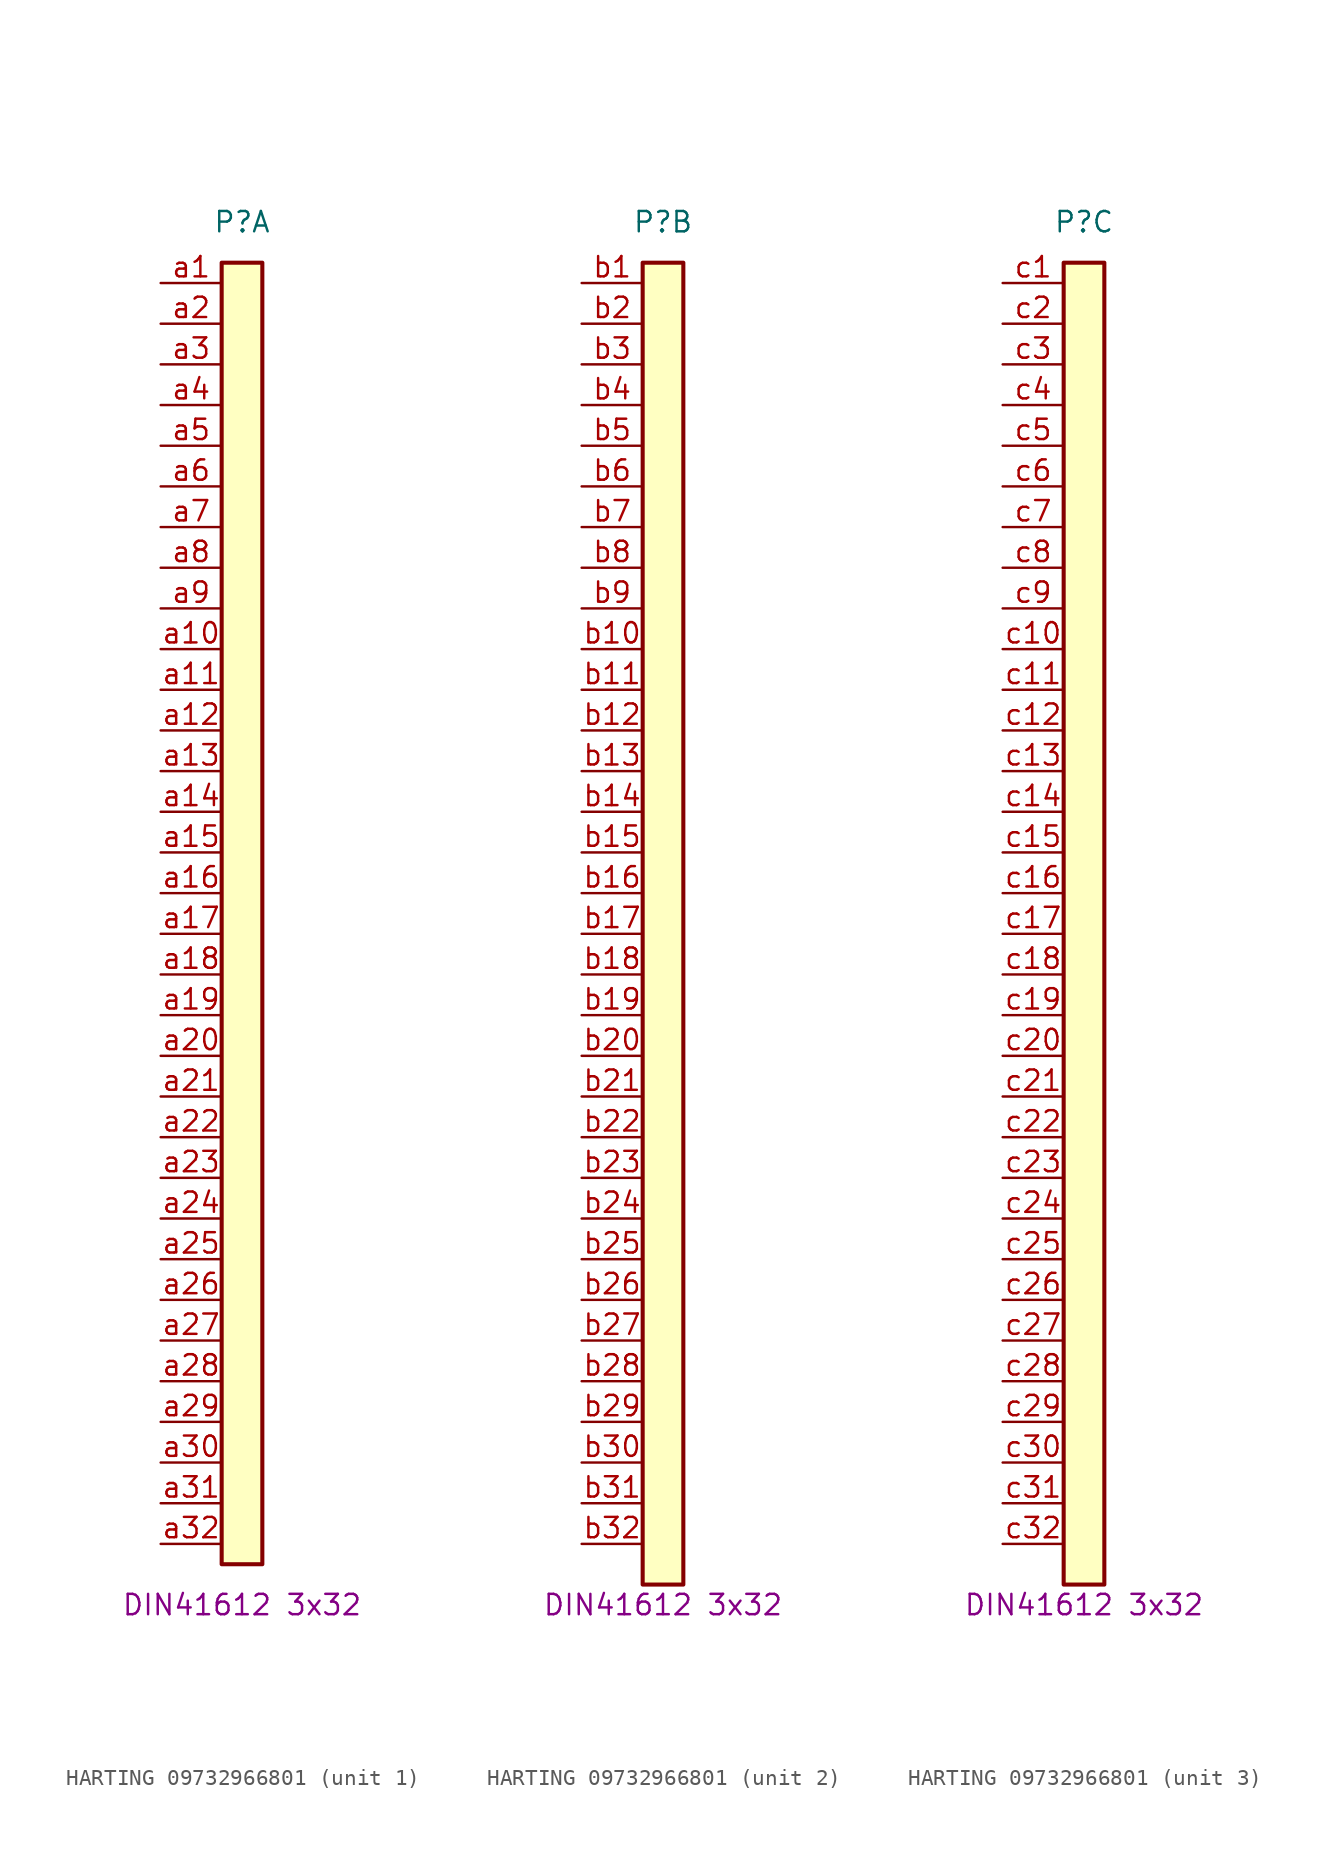
<source format=kicad_sym>
(kicad_symbol_lib
  (version 20211014)
  (generator kicad_symbol_editor)
  (symbol "HARTING 09732966801"
    (pin_names
      (offset 1.016) hide)
    (property "Reference" "P"
      (at 0 41.91 0)
      (effects (font (size 1.27 1.27))))
    (property "Comment" "DIN41612 3x32"
      (at 0 -44.45 0)
      (effects (font (size 1.27 1.27))))
    (property "ki_locked" ""
      (at 0 0 0)
      (effects (font (size 1.27 1.27))))
    (symbol "HARTING 09732966801_1_1"
      (rectangle (start -1.27 39.37) (end 1.27 -41.91) (stroke (width 0.254) (type default) (color 0 0 0 0)) (fill (type background)))
      (pin passive line (at -5.08 38.1 0) (length 3.81) (name "Pin_a1" (effects (font (size 1.27 1.27)))) (number "a1" (effects (font (size 1.27 1.27)))))
      (pin passive line (at -5.08 15.24 0) (length 3.81) (name "Pin_a10" (effects (font (size 1.27 1.27)))) (number "a10" (effects (font (size 1.27 1.27)))))
      (pin passive line (at -5.08 12.7 0) (length 3.81) (name "Pin_a11" (effects (font (size 1.27 1.27)))) (number "a11" (effects (font (size 1.27 1.27)))))
      (pin passive line (at -5.08 10.16 0) (length 3.81) (name "Pin_a12" (effects (font (size 1.27 1.27)))) (number "a12" (effects (font (size 1.27 1.27)))))
      (pin passive line (at -5.08 7.62 0) (length 3.81) (name "Pin_a13" (effects (font (size 1.27 1.27)))) (number "a13" (effects (font (size 1.27 1.27)))))
      (pin passive line (at -5.08 5.08 0) (length 3.81) (name "Pin_a14" (effects (font (size 1.27 1.27)))) (number "a14" (effects (font (size 1.27 1.27)))))
      (pin passive line (at -5.08 2.54 0) (length 3.81) (name "Pin_a15" (effects (font (size 1.27 1.27)))) (number "a15" (effects (font (size 1.27 1.27)))))
      (pin passive line (at -5.08 0 0) (length 3.81) (name "Pin_a16" (effects (font (size 1.27 1.27)))) (number "a16" (effects (font (size 1.27 1.27)))))
      (pin passive line (at -5.08 -2.54 0) (length 3.81) (name "Pin_a17" (effects (font (size 1.27 1.27)))) (number "a17" (effects (font (size 1.27 1.27)))))
      (pin passive line (at -5.08 -5.08 0) (length 3.81) (name "Pin_a18" (effects (font (size 1.27 1.27)))) (number "a18" (effects (font (size 1.27 1.27)))))
      (pin passive line (at -5.08 -7.62 0) (length 3.81) (name "Pin_a19" (effects (font (size 1.27 1.27)))) (number "a19" (effects (font (size 1.27 1.27)))))
      (pin passive line (at -5.08 35.56 0) (length 3.81) (name "Pin_a2" (effects (font (size 1.27 1.27)))) (number "a2" (effects (font (size 1.27 1.27)))))
      (pin passive line (at -5.08 -10.16 0) (length 3.81) (name "Pin_a20" (effects (font (size 1.27 1.27)))) (number "a20" (effects (font (size 1.27 1.27)))))
      (pin passive line (at -5.08 -12.7 0) (length 3.81) (name "Pin_a21" (effects (font (size 1.27 1.27)))) (number "a21" (effects (font (size 1.27 1.27)))))
      (pin passive line (at -5.08 -15.24 0) (length 3.81) (name "Pin_a22" (effects (font (size 1.27 1.27)))) (number "a22" (effects (font (size 1.27 1.27)))))
      (pin passive line (at -5.08 -17.78 0) (length 3.81) (name "Pin_a23" (effects (font (size 1.27 1.27)))) (number "a23" (effects (font (size 1.27 1.27)))))
      (pin passive line (at -5.08 -20.32 0) (length 3.81) (name "Pin_a24" (effects (font (size 1.27 1.27)))) (number "a24" (effects (font (size 1.27 1.27)))))
      (pin passive line (at -5.08 -22.86 0) (length 3.81) (name "Pin_a25" (effects (font (size 1.27 1.27)))) (number "a25" (effects (font (size 1.27 1.27)))))
      (pin passive line (at -5.08 -25.4 0) (length 3.81) (name "Pin_a26" (effects (font (size 1.27 1.27)))) (number "a26" (effects (font (size 1.27 1.27)))))
      (pin passive line (at -5.08 -27.94 0) (length 3.81) (name "Pin_a27" (effects (font (size 1.27 1.27)))) (number "a27" (effects (font (size 1.27 1.27)))))
      (pin passive line (at -5.08 -30.48 0) (length 3.81) (name "Pin_a28" (effects (font (size 1.27 1.27)))) (number "a28" (effects (font (size 1.27 1.27)))))
      (pin passive line (at -5.08 -33.02 0) (length 3.81) (name "Pin_a29" (effects (font (size 1.27 1.27)))) (number "a29" (effects (font (size 1.27 1.27)))))
      (pin passive line (at -5.08 33.02 0) (length 3.81) (name "Pin_a3" (effects (font (size 1.27 1.27)))) (number "a3" (effects (font (size 1.27 1.27)))))
      (pin passive line (at -5.08 -35.56 0) (length 3.81) (name "Pin_a30" (effects (font (size 1.27 1.27)))) (number "a30" (effects (font (size 1.27 1.27)))))
      (pin passive line (at -5.08 -38.1 0) (length 3.81) (name "Pin_a31" (effects (font (size 1.27 1.27)))) (number "a31" (effects (font (size 1.27 1.27)))))
      (pin passive line (at -5.08 -40.64 0) (length 3.81) (name "Pin_a32" (effects (font (size 1.27 1.27)))) (number "a32" (effects (font (size 1.27 1.27)))))
      (pin passive line (at -5.08 30.48 0) (length 3.81) (name "Pin_a4" (effects (font (size 1.27 1.27)))) (number "a4" (effects (font (size 1.27 1.27)))))
      (pin passive line (at -5.08 27.94 0) (length 3.81) (name "Pin_a5" (effects (font (size 1.27 1.27)))) (number "a5" (effects (font (size 1.27 1.27)))))
      (pin passive line (at -5.08 25.4 0) (length 3.81) (name "Pin_a6" (effects (font (size 1.27 1.27)))) (number "a6" (effects (font (size 1.27 1.27)))))
      (pin passive line (at -5.08 22.86 0) (length 3.81) (name "Pin_a7" (effects (font (size 1.27 1.27)))) (number "a7" (effects (font (size 1.27 1.27)))))
      (pin passive line (at -5.08 20.32 0) (length 3.81) (name "Pin_a8" (effects (font (size 1.27 1.27)))) (number "a8" (effects (font (size 1.27 1.27)))))
      (pin passive line (at -5.08 17.78 0) (length 3.81) (name "Pin_a9" (effects (font (size 1.27 1.27)))) (number "a9" (effects (font (size 1.27 1.27))))))
    (symbol "HARTING 09732966801_2_1"
      (rectangle (start -1.27 39.37) (end 1.27 -43.18) (stroke (width 0.254) (type default) (color 0 0 0 0)) (fill (type background)))
      (pin passive line (at -5.08 38.1 0) (length 3.81) (name "b1" (effects (font (size 1.27 1.27)))) (number "b1" (effects (font (size 1.27 1.27)))))
      (pin passive line (at -5.08 15.24 0) (length 3.81) (name "b10" (effects (font (size 1.27 1.27)))) (number "b10" (effects (font (size 1.27 1.27)))))
      (pin passive line (at -5.08 12.7 0) (length 3.81) (name "b11" (effects (font (size 1.27 1.27)))) (number "b11" (effects (font (size 1.27 1.27)))))
      (pin passive line (at -5.08 10.16 0) (length 3.81) (name "b12" (effects (font (size 1.27 1.27)))) (number "b12" (effects (font (size 1.27 1.27)))))
      (pin passive line (at -5.08 7.62 0) (length 3.81) (name "b13" (effects (font (size 1.27 1.27)))) (number "b13" (effects (font (size 1.27 1.27)))))
      (pin passive line (at -5.08 5.08 0) (length 3.81) (name "b14" (effects (font (size 1.27 1.27)))) (number "b14" (effects (font (size 1.27 1.27)))))
      (pin passive line (at -5.08 2.54 0) (length 3.81) (name "b15" (effects (font (size 1.27 1.27)))) (number "b15" (effects (font (size 1.27 1.27)))))
      (pin passive line (at -5.08 0 0) (length 3.81) (name "b16" (effects (font (size 1.27 1.27)))) (number "b16" (effects (font (size 1.27 1.27)))))
      (pin passive line (at -5.08 -2.54 0) (length 3.81) (name "b17" (effects (font (size 1.27 1.27)))) (number "b17" (effects (font (size 1.27 1.27)))))
      (pin passive line (at -5.08 -5.08 0) (length 3.81) (name "b18" (effects (font (size 1.27 1.27)))) (number "b18" (effects (font (size 1.27 1.27)))))
      (pin passive line (at -5.08 -7.62 0) (length 3.81) (name "b19" (effects (font (size 1.27 1.27)))) (number "b19" (effects (font (size 1.27 1.27)))))
      (pin passive line (at -5.08 35.56 0) (length 3.81) (name "b2" (effects (font (size 1.27 1.27)))) (number "b2" (effects (font (size 1.27 1.27)))))
      (pin passive line (at -5.08 -10.16 0) (length 3.81) (name "b20" (effects (font (size 1.27 1.27)))) (number "b20" (effects (font (size 1.27 1.27)))))
      (pin passive line (at -5.08 -12.7 0) (length 3.81) (name "b21" (effects (font (size 1.27 1.27)))) (number "b21" (effects (font (size 1.27 1.27)))))
      (pin passive line (at -5.08 -15.24 0) (length 3.81) (name "b22" (effects (font (size 1.27 1.27)))) (number "b22" (effects (font (size 1.27 1.27)))))
      (pin passive line (at -5.08 -17.78 0) (length 3.81) (name "b23" (effects (font (size 1.27 1.27)))) (number "b23" (effects (font (size 1.27 1.27)))))
      (pin passive line (at -5.08 -20.32 0) (length 3.81) (name "b24" (effects (font (size 1.27 1.27)))) (number "b24" (effects (font (size 1.27 1.27)))))
      (pin passive line (at -5.08 -22.86 0) (length 3.81) (name "b25" (effects (font (size 1.27 1.27)))) (number "b25" (effects (font (size 1.27 1.27)))))
      (pin passive line (at -5.08 -25.4 0) (length 3.81) (name "b26" (effects (font (size 1.27 1.27)))) (number "b26" (effects (font (size 1.27 1.27)))))
      (pin passive line (at -5.08 -27.94 0) (length 3.81) (name "b27" (effects (font (size 1.27 1.27)))) (number "b27" (effects (font (size 1.27 1.27)))))
      (pin passive line (at -5.08 -30.48 0) (length 3.81) (name "b28" (effects (font (size 1.27 1.27)))) (number "b28" (effects (font (size 1.27 1.27)))))
      (pin passive line (at -5.08 -33.02 0) (length 3.81) (name "b29" (effects (font (size 1.27 1.27)))) (number "b29" (effects (font (size 1.27 1.27)))))
      (pin passive line (at -5.08 33.02 0) (length 3.81) (name "b3" (effects (font (size 1.27 1.27)))) (number "b3" (effects (font (size 1.27 1.27)))))
      (pin passive line (at -5.08 -35.56 0) (length 3.81) (name "b30" (effects (font (size 1.27 1.27)))) (number "b30" (effects (font (size 1.27 1.27)))))
      (pin passive line (at -5.08 -38.1 0) (length 3.81) (name "b31" (effects (font (size 1.27 1.27)))) (number "b31" (effects (font (size 1.27 1.27)))))
      (pin passive line (at -5.08 -40.64 0) (length 3.81) (name "b32" (effects (font (size 1.27 1.27)))) (number "b32" (effects (font (size 1.27 1.27)))))
      (pin passive line (at -5.08 30.48 0) (length 3.81) (name "b4" (effects (font (size 1.27 1.27)))) (number "b4" (effects (font (size 1.27 1.27)))))
      (pin passive line (at -5.08 27.94 0) (length 3.81) (name "b5" (effects (font (size 1.27 1.27)))) (number "b5" (effects (font (size 1.27 1.27)))))
      (pin passive line (at -5.08 25.4 0) (length 3.81) (name "b6" (effects (font (size 1.27 1.27)))) (number "b6" (effects (font (size 1.27 1.27)))))
      (pin passive line (at -5.08 22.86 0) (length 3.81) (name "b7" (effects (font (size 1.27 1.27)))) (number "b7" (effects (font (size 1.27 1.27)))))
      (pin passive line (at -5.08 20.32 0) (length 3.81) (name "b8" (effects (font (size 1.27 1.27)))) (number "b8" (effects (font (size 1.27 1.27)))))
      (pin passive line (at -5.08 17.78 0) (length 3.81) (name "b9" (effects (font (size 1.27 1.27)))) (number "b9" (effects (font (size 1.27 1.27))))))
    (symbol "HARTING 09732966801_3_1"
      (rectangle (start -1.27 39.37) (end 1.27 -43.18) (stroke (width 0.254) (type default) (color 0 0 0 0)) (fill (type background)))
      (pin passive line (at -5.08 38.1 0) (length 3.81) (name "c1" (effects (font (size 1.27 1.27)))) (number "c1" (effects (font (size 1.27 1.27)))))
      (pin passive line (at -5.08 15.24 0) (length 3.81) (name "c10" (effects (font (size 1.27 1.27)))) (number "c10" (effects (font (size 1.27 1.27)))))
      (pin passive line (at -5.08 12.7 0) (length 3.81) (name "c11" (effects (font (size 1.27 1.27)))) (number "c11" (effects (font (size 1.27 1.27)))))
      (pin passive line (at -5.08 10.16 0) (length 3.81) (name "c12" (effects (font (size 1.27 1.27)))) (number "c12" (effects (font (size 1.27 1.27)))))
      (pin passive line (at -5.08 7.62 0) (length 3.81) (name "c13" (effects (font (size 1.27 1.27)))) (number "c13" (effects (font (size 1.27 1.27)))))
      (pin passive line (at -5.08 5.08 0) (length 3.81) (name "c14" (effects (font (size 1.27 1.27)))) (number "c14" (effects (font (size 1.27 1.27)))))
      (pin passive line (at -5.08 2.54 0) (length 3.81) (name "c15" (effects (font (size 1.27 1.27)))) (number "c15" (effects (font (size 1.27 1.27)))))
      (pin passive line (at -5.08 0 0) (length 3.81) (name "c16" (effects (font (size 1.27 1.27)))) (number "c16" (effects (font (size 1.27 1.27)))))
      (pin passive line (at -5.08 -2.54 0) (length 3.81) (name "c17" (effects (font (size 1.27 1.27)))) (number "c17" (effects (font (size 1.27 1.27)))))
      (pin passive line (at -5.08 -5.08 0) (length 3.81) (name "c18" (effects (font (size 1.27 1.27)))) (number "c18" (effects (font (size 1.27 1.27)))))
      (pin passive line (at -5.08 -7.62 0) (length 3.81) (name "c19" (effects (font (size 1.27 1.27)))) (number "c19" (effects (font (size 1.27 1.27)))))
      (pin passive line (at -5.08 35.56 0) (length 3.81) (name "c2" (effects (font (size 1.27 1.27)))) (number "c2" (effects (font (size 1.27 1.27)))))
      (pin passive line (at -5.08 -10.16 0) (length 3.81) (name "c20" (effects (font (size 1.27 1.27)))) (number "c20" (effects (font (size 1.27 1.27)))))
      (pin passive line (at -5.08 -12.7 0) (length 3.81) (name "c21" (effects (font (size 1.27 1.27)))) (number "c21" (effects (font (size 1.27 1.27)))))
      (pin passive line (at -5.08 -15.24 0) (length 3.81) (name "c22" (effects (font (size 1.27 1.27)))) (number "c22" (effects (font (size 1.27 1.27)))))
      (pin passive line (at -5.08 -17.78 0) (length 3.81) (name "c23" (effects (font (size 1.27 1.27)))) (number "c23" (effects (font (size 1.27 1.27)))))
      (pin passive line (at -5.08 -20.32 0) (length 3.81) (name "c24" (effects (font (size 1.27 1.27)))) (number "c24" (effects (font (size 1.27 1.27)))))
      (pin passive line (at -5.08 -22.86 0) (length 3.81) (name "c25" (effects (font (size 1.27 1.27)))) (number "c25" (effects (font (size 1.27 1.27)))))
      (pin passive line (at -5.08 -25.4 0) (length 3.81) (name "c26" (effects (font (size 1.27 1.27)))) (number "c26" (effects (font (size 1.27 1.27)))))
      (pin passive line (at -5.08 -27.94 0) (length 3.81) (name "c27" (effects (font (size 1.27 1.27)))) (number "c27" (effects (font (size 1.27 1.27)))))
      (pin passive line (at -5.08 -30.48 0) (length 3.81) (name "c28" (effects (font (size 1.27 1.27)))) (number "c28" (effects (font (size 1.27 1.27)))))
      (pin passive line (at -5.08 -33.02 0) (length 3.81) (name "c29" (effects (font (size 1.27 1.27)))) (number "c29" (effects (font (size 1.27 1.27)))))
      (pin passive line (at -5.08 33.02 0) (length 3.81) (name "c3" (effects (font (size 1.27 1.27)))) (number "c3" (effects (font (size 1.27 1.27)))))
      (pin passive line (at -5.08 -35.56 0) (length 3.81) (name "c30" (effects (font (size 1.27 1.27)))) (number "c30" (effects (font (size 1.27 1.27)))))
      (pin passive line (at -5.08 -38.1 0) (length 3.81) (name "c31" (effects (font (size 1.27 1.27)))) (number "c31" (effects (font (size 1.27 1.27)))))
      (pin passive line (at -5.08 -40.64 0) (length 3.81) (name "c32" (effects (font (size 1.27 1.27)))) (number "c32" (effects (font (size 1.27 1.27)))))
      (pin passive line (at -5.08 30.48 0) (length 3.81) (name "c4" (effects (font (size 1.27 1.27)))) (number "c4" (effects (font (size 1.27 1.27)))))
      (pin passive line (at -5.08 27.94 0) (length 3.81) (name "c5" (effects (font (size 1.27 1.27)))) (number "c5" (effects (font (size 1.27 1.27)))))
      (pin passive line (at -5.08 25.4 0) (length 3.81) (name "c6" (effects (font (size 1.27 1.27)))) (number "c6" (effects (font (size 1.27 1.27)))))
      (pin passive line (at -5.08 22.86 0) (length 3.81) (name "c7" (effects (font (size 1.27 1.27)))) (number "c7" (effects (font (size 1.27 1.27)))))
      (pin passive line (at -5.08 20.32 0) (length 3.81) (name "c8" (effects (font (size 1.27 1.27)))) (number "c8" (effects (font (size 1.27 1.27)))))
      (pin passive line (at -5.08 17.78 0) (length 3.81) (name "c9" (effects (font (size 1.27 1.27)))) (number "c9" (effects (font (size 1.27 1.27))))))))
</source>
